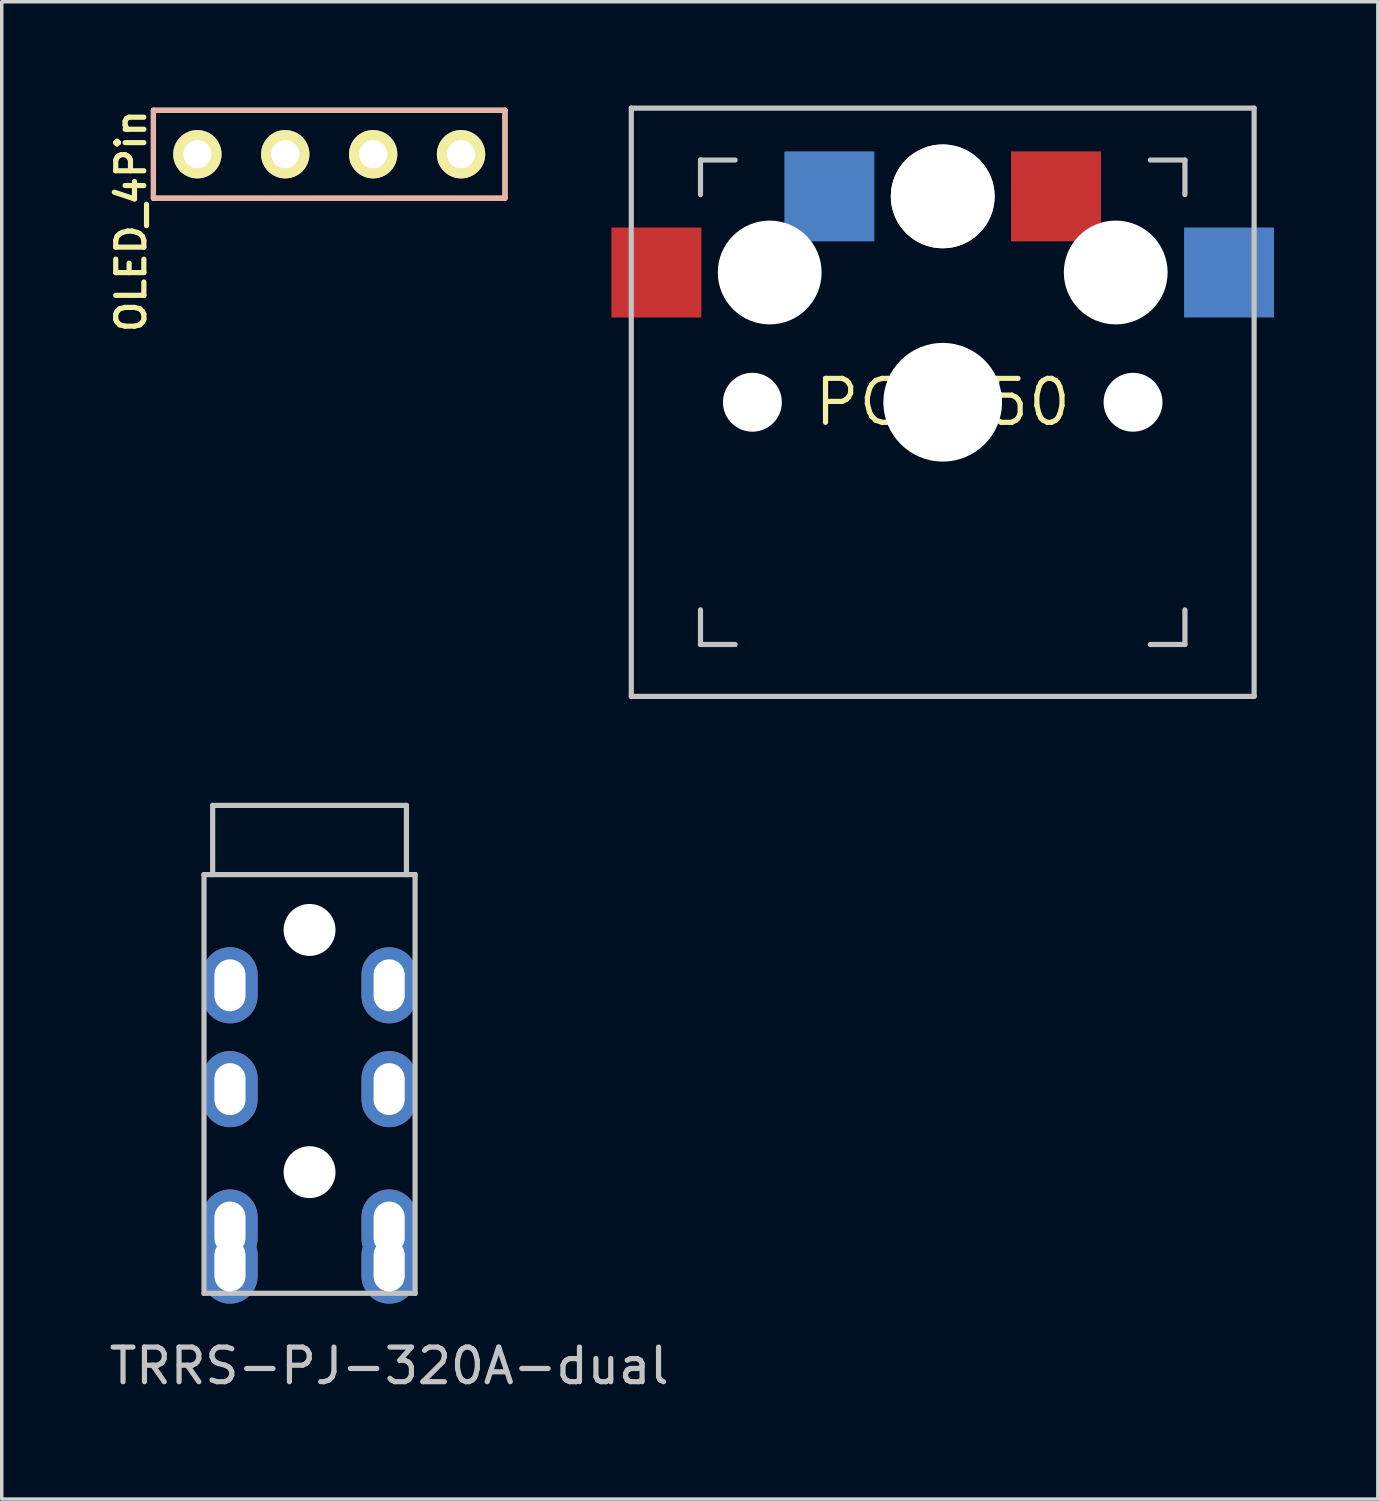
<source format=kicad_pcb>
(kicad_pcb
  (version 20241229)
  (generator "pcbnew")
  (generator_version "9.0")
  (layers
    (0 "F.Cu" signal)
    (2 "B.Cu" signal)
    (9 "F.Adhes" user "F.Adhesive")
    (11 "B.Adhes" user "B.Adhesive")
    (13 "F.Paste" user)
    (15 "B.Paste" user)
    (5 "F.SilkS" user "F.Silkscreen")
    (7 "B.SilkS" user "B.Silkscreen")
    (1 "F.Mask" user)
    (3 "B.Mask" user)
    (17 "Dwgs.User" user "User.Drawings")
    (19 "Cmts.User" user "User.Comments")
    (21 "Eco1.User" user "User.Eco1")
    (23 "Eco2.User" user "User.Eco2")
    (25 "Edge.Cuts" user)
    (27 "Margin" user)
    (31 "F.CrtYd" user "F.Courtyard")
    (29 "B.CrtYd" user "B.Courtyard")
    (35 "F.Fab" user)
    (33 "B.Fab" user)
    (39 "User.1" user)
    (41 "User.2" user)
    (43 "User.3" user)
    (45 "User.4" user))
  (footprint "OLED_4Pin"
    (layer "F.Cu")
    (at 2.654 1.407)
    (property "Reference" "OLED_4Pin" (at -1.915 1.93 90) (layer "F.SilkS") (effects (font (size 0.813 0.813) (thickness 0.15))))
    (attr through_hole)
    (fp_line (start -1.27 -1.27) (end 8.89 -1.27) (stroke (width 0.15) (type solid)) (layer "F.SilkS"))
    (fp_line (start -1.27 1.27) (end -1.27 -1.27) (stroke (width 0.15) (type solid)) (layer "F.SilkS"))
    (fp_line (start -1.27 1.27) (end 8.89 1.27) (stroke (width 0.15) (type solid)) (layer "F.SilkS"))
    (fp_line (start 8.89 -1.27) (end 8.89 1.27) (stroke (width 0.15) (type solid)) (layer "F.SilkS"))
    (fp_line (start -1.27 -1.27) (end 8.89 -1.27) (stroke (width 0.15) (type solid)) (layer "B.SilkS"))
    (fp_line (start -1.27 1.27) (end -1.27 -1.27) (stroke (width 0.15) (type solid)) (layer "B.SilkS"))
    (fp_line (start 8.89 -1.27) (end 8.89 1.27) (stroke (width 0.15) (type solid)) (layer "B.SilkS"))
    (fp_line (start 8.89 1.27) (end -1.27 1.27) (stroke (width 0.15) (type solid)) (layer "B.SilkS"))
    (pad "1" thru_hole circle (at 0 0) (size 1.397 1.397) (drill 0.813) (layers "*.Cu" "*.Mask" "F.SilkS"))
    (pad "2" thru_hole circle (at 2.54 0) (size 1.397 1.397) (drill 0.813) (layers "*.Cu" "*.Mask" "F.SilkS"))
    (pad "3" thru_hole circle (at 5.08 0) (size 1.397 1.397) (drill 0.813) (layers "*.Cu" "*.Mask" "F.SilkS"))
    (pad "4" thru_hole circle (at 7.62 0) (size 1.397 1.397) (drill 0.813) (layers "*.Cu" "*.Mask" "F.SilkS")))
  (footprint "PG1350"
    (layer "F.Cu")
    (at 24.194 8.575)
    (property "Reference" "PG1350" (at 0 0 180) (layer "F.SilkS") (effects (font (size 1.27 1.27) (thickness 0.15))))
    (attr through_hole)
    (fp_line (start -9 -8.5) (end 9 -8.5) (stroke (width 0.15) (type solid)) (layer "Dwgs.User"))
    (fp_line (start -9 8.5) (end -9 -8.5) (stroke (width 0.15) (type solid)) (layer "Dwgs.User"))
    (fp_line (start -7 -6) (end -7 -7) (stroke (width 0.15) (type solid)) (layer "Dwgs.User"))
    (fp_line (start -7 7) (end -7 6) (stroke (width 0.15) (type solid)) (layer "Dwgs.User"))
    (fp_line (start -7 7) (end -6 7) (stroke (width 0.15) (type solid)) (layer "Dwgs.User"))
    (fp_line (start -6 -7) (end -7 -7) (stroke (width 0.15) (type solid)) (layer "Dwgs.User"))
    (fp_line (start 6 7) (end 7 7) (stroke (width 0.15) (type solid)) (layer "Dwgs.User"))
    (fp_line (start 7 -7) (end 6 -7) (stroke (width 0.15) (type solid)) (layer "Dwgs.User"))
    (fp_line (start 7 -7) (end 7 -6) (stroke (width 0.15) (type solid)) (layer "Dwgs.User"))
    (fp_line (start 7 6) (end 7 7) (stroke (width 0.15) (type solid)) (layer "Dwgs.User"))
    (fp_line (start 9 -8.5) (end 9 8.5) (stroke (width 0.15) (type solid)) (layer "Dwgs.User"))
    (fp_line (start 9 8.5) (end -9 8.5) (stroke (width 0.15) (type solid)) (layer "Dwgs.User"))
    (pad "" np_thru_hole circle (at -5.5 0 180) (size 1.702 1.702) (drill 1.702) (layers "*.Cu" "*.Mask"))
    (pad "" np_thru_hole circle (at -5 -3.75 180) (size 3 3) (drill 3) (layers "*.Cu" "*.Mask"))
    (pad "" np_thru_hole circle (at 0 -5.95 180) (size 3 3) (drill 3) (layers "*.Cu" "*.Mask"))
    (pad "" np_thru_hole circle (at 0 -5.95 180) (size 3 3) (drill 3) (layers "*.Cu" "*.Mask"))
    (pad "" np_thru_hole circle (at 0 0 180) (size 3.429 3.429) (drill 3.429) (layers "*.Cu" "*.Mask"))
    (pad "" np_thru_hole circle (at 5 -3.75 180) (size 3 3) (drill 3) (layers "*.Cu" "*.Mask"))
    (pad "" np_thru_hole circle (at 5.5 0 180) (size 1.702 1.702) (drill 1.702) (layers "*.Cu" "*.Mask"))
    (pad "1" smd rect (at -3.275 -5.95) (size 2.6 2.6) (layers "B.Cu" "B.Mask" "B.Paste"))
    (pad "1" smd rect (at 3.275 -5.95) (size 2.6 2.6) (layers "F.Cu" "F.Mask" "F.Paste"))
    (pad "2" smd rect (at -8.275 -3.75) (size 2.6 2.6) (layers "F.Cu" "F.Mask" "F.Paste"))
    (pad "2" smd rect (at 8.275 -3.75) (size 2.6 2.6) (layers "B.Cu" "B.Mask" "B.Paste")))
  (footprint "TRRS-PJ-320A-dual"
    (layer "F.Cu")
    (at 8.196 22.225)
    (property "Reference" "TRRS-PJ-320A-dual" (at 0 14.2 0) (layer "Dwgs.User") (effects (font (size 1 1) (thickness 0.15))))
    (attr through_hole)
    (fp_line (start -5.35 0) (end -5.35 12.1) (stroke (width 0.15) (type solid)) (layer "Dwgs.User"))
    (fp_line (start -5.1 0) (end -5.1 -2) (stroke (width 0.15) (type solid)) (layer "Dwgs.User"))
    (fp_line (start 0.5 -2) (end -5.1 -2) (stroke (width 0.15) (type solid)) (layer "Dwgs.User"))
    (fp_line (start 0.5 0) (end 0.5 -2) (stroke (width 0.15) (type solid)) (layer "Dwgs.User"))
    (fp_line (start 0.75 0) (end -5.35 0) (stroke (width 0.15) (type solid)) (layer "Dwgs.User"))
    (fp_line (start 0.75 0) (end 0.75 12.1) (stroke (width 0.15) (type solid)) (layer "Dwgs.User"))
    (fp_line (start 0.75 12.1) (end -5.35 12.1) (stroke (width 0.15) (type solid)) (layer "Dwgs.User"))
    (pad "" np_thru_hole circle (at -2.3 1.6) (size 1.5 1.5) (drill 1.5) (layers "*.Cu" "*.Mask"))
    (pad "" np_thru_hole circle (at -2.3 8.6) (size 1.5 1.5) (drill 1.5) (layers "*.Cu" "*.Mask"))
    (pad "1" thru_hole oval (at -4.6 11.3) (size 1.6 2.2) (drill oval 0.9 1.5) (layers "*.Cu" "*.Mask"))
    (pad "1" thru_hole oval (at 0 11.3) (size 1.6 2.2) (drill oval 0.9 1.5) (layers "*.Cu" "*.Mask"))
    (pad "2" thru_hole oval (at -4.6 10.2) (size 1.6 2.2) (drill oval 0.9 1.5) (layers "*.Cu" "*.Mask"))
    (pad "2" thru_hole oval (at 0 10.2) (size 1.6 2.2) (drill oval 0.9 1.5) (layers "*.Cu" "*.Mask"))
    (pad "3" thru_hole oval (at -4.6 6.2) (size 1.6 2.2) (drill oval 0.9 1.5) (layers "*.Cu" "*.Mask"))
    (pad "3" thru_hole oval (at 0 6.2) (size 1.6 2.2) (drill oval 0.9 1.5) (layers "*.Cu" "*.Mask"))
    (pad "4" thru_hole oval (at -4.6 3.2) (size 1.6 2.2) (drill oval 0.9 1.5) (layers "*.Cu" "*.Mask"))
    (pad "4" thru_hole oval (at 0 3.2) (size 1.6 2.2) (drill oval 0.9 1.5) (layers "*.Cu" "*.Mask")))
  (gr_rect
    (start -3 -3)
    (end 36.769 40.273)
    (stroke (width 0.1) (type default))
    (fill no)
    (layer "Edge.Cuts")))
</source>
